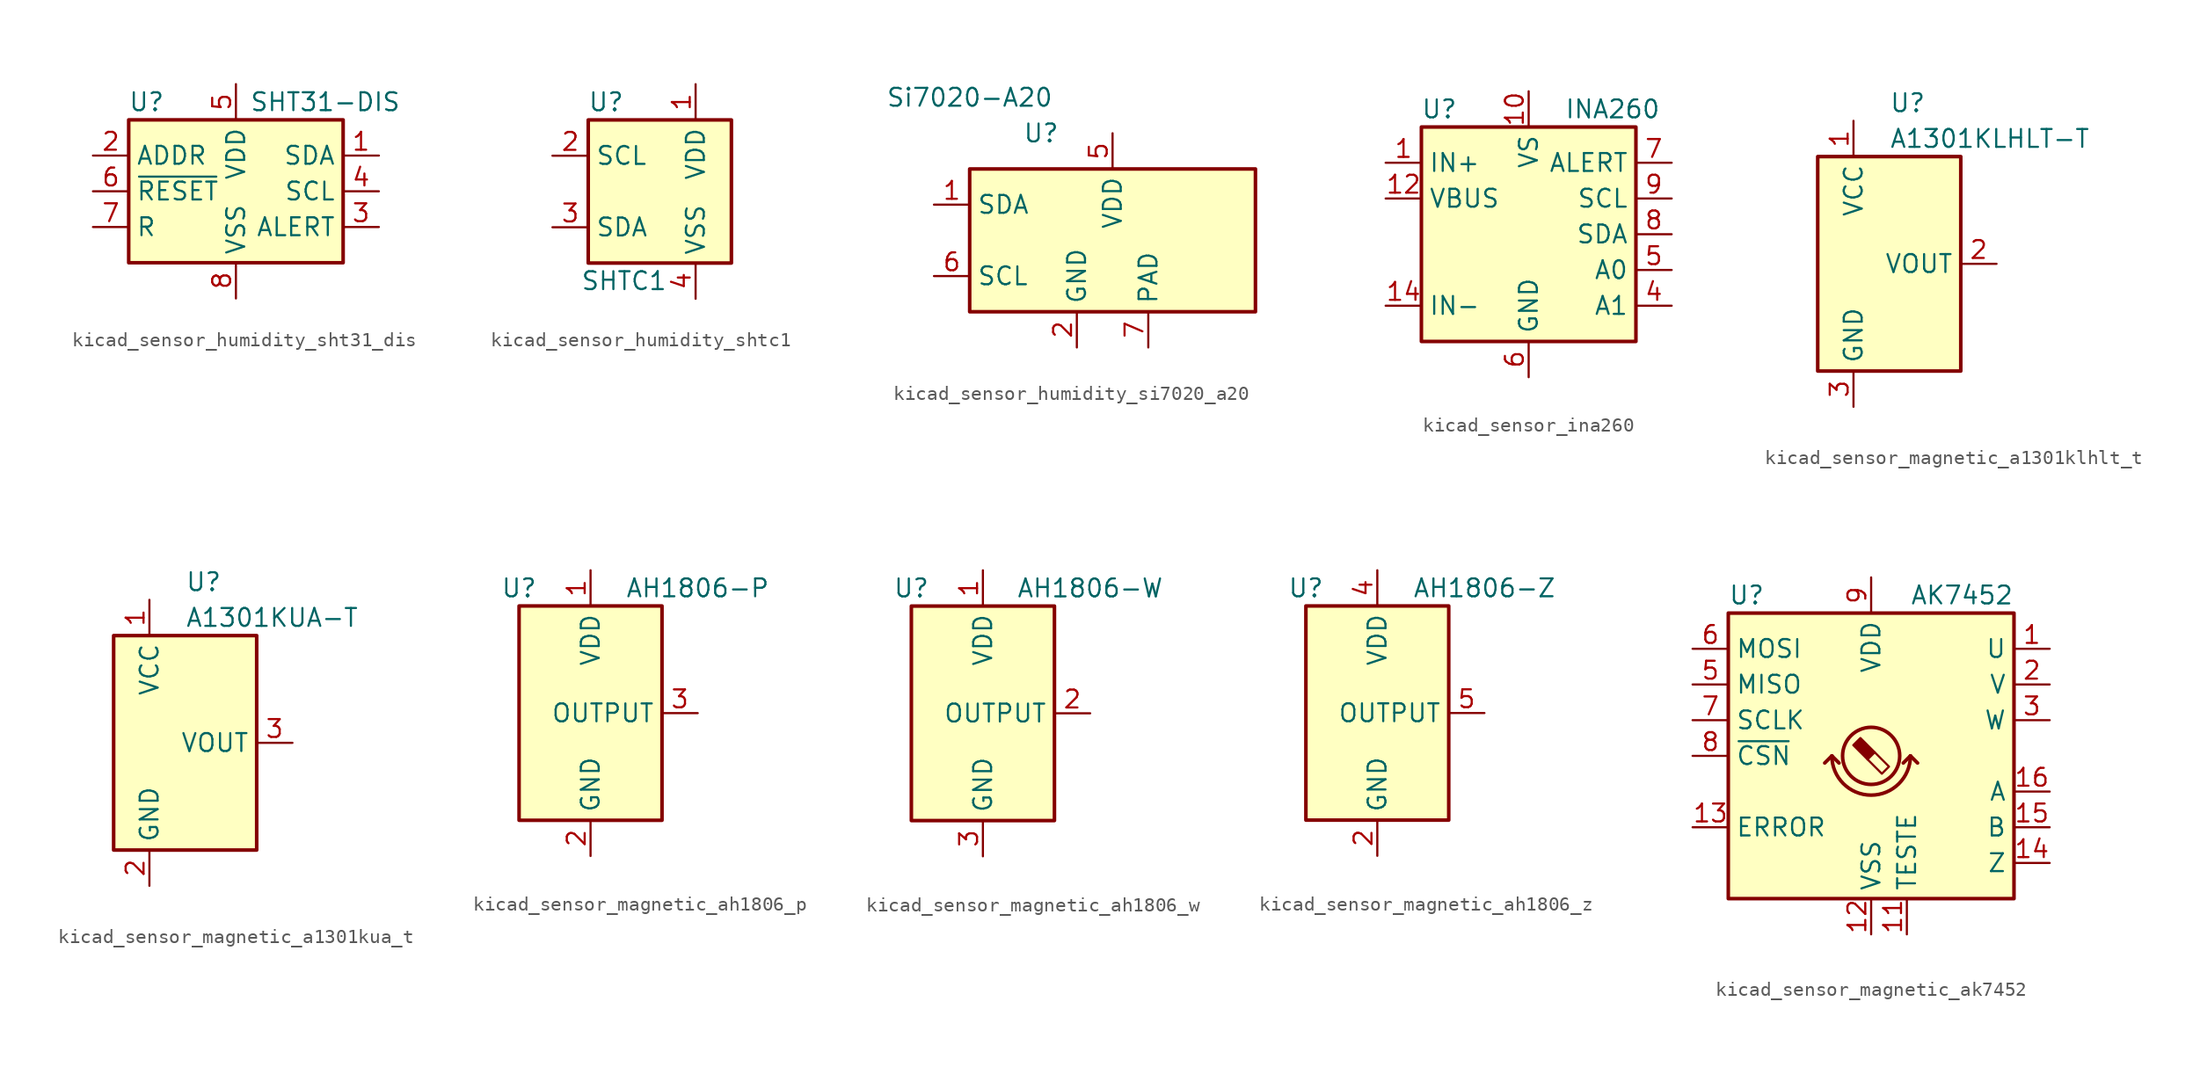
<source format=kicad_sym>
(kicad_symbol_lib
  (version 20220914)
  (generator kicad_symbol_editor)
  (symbol "kicad_sensor_humidity_sht31_dis"
    (property "Reference" "U"
      (at -6.35 6.35 0)
      (effects (font (size 1.27 1.27))))
    (property "Value" "SHT31-DIS"
      (at 6.35 6.35 0)
      (effects (font (size 1.27 1.27))))
    (symbol "kicad_sensor_humidity_sht31_dis_0_1"
      (rectangle (start -7.62 5.08) (end 7.62 -5.08) (stroke (width 0.254) (type default)) (fill (type background))))
    (symbol "kicad_sensor_humidity_sht31_dis_1_1"
      (pin bidirectional line (at 10.16 2.54 180) (length 2.54) (name "SDA" (effects (font (size 1.27 1.27)))) (number "1" (effects (font (size 1.27 1.27)))))
      (pin input line (at -10.16 2.54 0) (length 2.54) (name "ADDR" (effects (font (size 1.27 1.27)))) (number "2" (effects (font (size 1.27 1.27)))))
      (pin output line (at 10.16 -2.54 180) (length 2.54) (name "ALERT" (effects (font (size 1.27 1.27)))) (number "3" (effects (font (size 1.27 1.27)))))
      (pin input line (at 10.16 0 180) (length 2.54) (name "SCL" (effects (font (size 1.27 1.27)))) (number "4" (effects (font (size 1.27 1.27)))))
      (pin power_in line (at 0 7.62 270) (length 2.54) (name "VDD" (effects (font (size 1.27 1.27)))) (number "5" (effects (font (size 1.27 1.27)))))
      (pin input line (at -10.16 0 0) (length 2.54) (name "~{RESET}" (effects (font (size 1.27 1.27)))) (number "6" (effects (font (size 1.27 1.27)))))
      (pin passive line (at -10.16 -2.54 0) (length 2.54) (name "R" (effects (font (size 1.27 1.27)))) (number "7" (effects (font (size 1.27 1.27)))))
      (pin power_in line (at 0 -7.62 90) (length 2.54) (name "VSS" (effects (font (size 1.27 1.27)))) (number "8" (effects (font (size 1.27 1.27)))))
      (pin passive line (at 0 -7.62 90) (length 2.54) hide (name "VSS" (effects (font (size 1.27 1.27)))) (number "9" (effects (font (size 1.27 1.27)))))))
  (symbol "kicad_sensor_humidity_shtc1"
    (property "Reference" "U"
      (at -3.81 6.35 0)
      (effects (font (size 1.27 1.27))))
    (property "Value" "SHTC1"
      (at -2.54 -6.35 0)
      (effects (font (size 1.27 1.27))))
    (symbol "kicad_sensor_humidity_shtc1_1_1"
      (rectangle (start -5.08 5.08) (end 5.08 -5.08) (stroke (width 0.254) (type default)) (fill (type background)))
      (pin power_in line (at 2.54 7.62 270) (length 2.54) (name "VDD" (effects (font (size 1.27 1.27)))) (number "1" (effects (font (size 1.27 1.27)))))
      (pin input line (at -7.62 2.54 0) (length 2.54) (name "SCL" (effects (font (size 1.27 1.27)))) (number "2" (effects (font (size 1.27 1.27)))))
      (pin bidirectional line (at -7.62 -2.54 0) (length 2.54) (name "SDA" (effects (font (size 1.27 1.27)))) (number "3" (effects (font (size 1.27 1.27)))))
      (pin power_in line (at 2.54 -7.62 90) (length 2.54) (name "VSS" (effects (font (size 1.27 1.27)))) (number "4" (effects (font (size 1.27 1.27)))))
      (pin no_connect line (at 5.08 0 180) (length 2.54) hide (name "NC" (effects (font (size 1.27 1.27)))) (number "5" (effects (font (size 1.27 1.27)))))))
  (symbol "kicad_sensor_humidity_si7020_a20"
    (property "Reference" "U"
      (at -5.08 7.62 0)
      (effects (font (size 1.27 1.27))))
    (property "Value" "Si7020-A20"
      (at -10.16 10.16 0)
      (effects (font (size 1.27 1.27))))
    (symbol "kicad_sensor_humidity_si7020_a20_0_1"
      (rectangle (start -10.16 5.08) (end 10.16 -5.08) (stroke (width 0.254) (type default)) (fill (type background))))
    (symbol "kicad_sensor_humidity_si7020_a20_1_1"
      (pin bidirectional line (at -12.7 2.54 0) (length 2.54) (name "SDA" (effects (font (size 1.27 1.27)))) (number "1" (effects (font (size 1.27 1.27)))))
      (pin power_in line (at -2.54 -7.62 90) (length 2.54) (name "GND" (effects (font (size 1.27 1.27)))) (number "2" (effects (font (size 1.27 1.27)))))
      (pin no_connect line (at 10.16 2.54 180) (length 2.54) hide (name "NC" (effects (font (size 1.27 1.27)))) (number "3" (effects (font (size 1.27 1.27)))))
      (pin no_connect line (at 10.16 -2.54 180) (length 2.54) hide (name "NC" (effects (font (size 1.27 1.27)))) (number "4" (effects (font (size 1.27 1.27)))))
      (pin power_in line (at 0 7.62 270) (length 2.54) (name "VDD" (effects (font (size 1.27 1.27)))) (number "5" (effects (font (size 1.27 1.27)))))
      (pin input line (at -12.7 -2.54 0) (length 2.54) (name "SCL" (effects (font (size 1.27 1.27)))) (number "6" (effects (font (size 1.27 1.27)))))
      (pin passive line (at 2.54 -7.62 90) (length 2.54) (name "PAD" (effects (font (size 1.27 1.27)))) (number "7" (effects (font (size 1.27 1.27)))))))
  (symbol "kicad_sensor_ina260"
    (property "Reference" "U"
      (at -6.35 8.89 0)
      (effects (font (size 1.27 1.27))))
    (property "Value" "INA260"
      (at 2.54 8.89 0)
      (effects (font (size 1.27 1.27)) (justify left)))
    (symbol "kicad_sensor_ina260_0_1"
      (rectangle (start -7.62 7.62) (end 7.62 -7.62) (stroke (width 0.254) (type default)) (fill (type background))))
    (symbol "kicad_sensor_ina260_1_1"
      (pin passive line (at -10.16 5.08 0) (length 2.54) (name "IN+" (effects (font (size 1.27 1.27)))) (number "1" (effects (font (size 1.27 1.27)))))
      (pin power_in line (at 0 10.16 270) (length 2.54) (name "VS" (effects (font (size 1.27 1.27)))) (number "10" (effects (font (size 1.27 1.27)))))
      (pin passive line (at 0 -10.16 90) (length 2.54) hide (name "GND" (effects (font (size 1.27 1.27)))) (number "11" (effects (font (size 1.27 1.27)))))
      (pin passive line (at -10.16 2.54 0) (length 2.54) (name "VBUS" (effects (font (size 1.27 1.27)))) (number "12" (effects (font (size 1.27 1.27)))))
      (pin no_connect line (at 2.54 -7.62 90) (length 2.54) hide (name "NC" (effects (font (size 1.27 1.27)))) (number "13" (effects (font (size 1.27 1.27)))))
      (pin passive line (at -10.16 -5.08 0) (length 2.54) (name "IN-" (effects (font (size 1.27 1.27)))) (number "14" (effects (font (size 1.27 1.27)))))
      (pin passive line (at -10.16 -5.08 0) (length 2.54) hide (name "IN-" (effects (font (size 1.27 1.27)))) (number "15" (effects (font (size 1.27 1.27)))))
      (pin passive line (at -10.16 -5.08 0) (length 2.54) hide (name "IN-" (effects (font (size 1.27 1.27)))) (number "16" (effects (font (size 1.27 1.27)))))
      (pin passive line (at -10.16 5.08 0) (length 2.54) hide (name "IN+" (effects (font (size 1.27 1.27)))) (number "2" (effects (font (size 1.27 1.27)))))
      (pin passive line (at -10.16 5.08 0) (length 2.54) hide (name "IN+" (effects (font (size 1.27 1.27)))) (number "3" (effects (font (size 1.27 1.27)))))
      (pin input line (at 10.16 -5.08 180) (length 2.54) (name "A1" (effects (font (size 1.27 1.27)))) (number "4" (effects (font (size 1.27 1.27)))))
      (pin input line (at 10.16 -2.54 180) (length 2.54) (name "A0" (effects (font (size 1.27 1.27)))) (number "5" (effects (font (size 1.27 1.27)))))
      (pin power_in line (at 0 -10.16 90) (length 2.54) (name "GND" (effects (font (size 1.27 1.27)))) (number "6" (effects (font (size 1.27 1.27)))))
      (pin open_collector line (at 10.16 5.08 180) (length 2.54) (name "ALERT" (effects (font (size 1.27 1.27)))) (number "7" (effects (font (size 1.27 1.27)))))
      (pin bidirectional line (at 10.16 0 180) (length 2.54) (name "SDA" (effects (font (size 1.27 1.27)))) (number "8" (effects (font (size 1.27 1.27)))))
      (pin input line (at 10.16 2.54 180) (length 2.54) (name "SCL" (effects (font (size 1.27 1.27)))) (number "9" (effects (font (size 1.27 1.27)))))))
  (symbol "kicad_sensor_magnetic_a1301klhlt_t"
    (property "Reference" "U"
      (at 0 11.43 0)
      (effects (font (size 1.27 1.27)) (justify left)))
    (property "Value" "A1301KLHLT-T"
      (at 0 8.89 0)
      (effects (font (size 1.27 1.27)) (justify left)))
    (symbol "kicad_sensor_magnetic_a1301klhlt_t_0_1"
      (rectangle (start -5.08 7.62) (end 5.08 -7.62) (stroke (width 0.254) (type default)) (fill (type background))))
    (symbol "kicad_sensor_magnetic_a1301klhlt_t_1_1"
      (pin power_in line (at -2.54 10.16 270) (length 2.54) (name "VCC" (effects (font (size 1.27 1.27)))) (number "1" (effects (font (size 1.27 1.27)))))
      (pin output line (at 7.62 0 180) (length 2.54) (name "VOUT" (effects (font (size 1.27 1.27)))) (number "2" (effects (font (size 1.27 1.27)))))
      (pin power_in line (at -2.54 -10.16 90) (length 2.54) (name "GND" (effects (font (size 1.27 1.27)))) (number "3" (effects (font (size 1.27 1.27)))))))
  (symbol "kicad_sensor_magnetic_a1301kua_t"
    (property "Reference" "U"
      (at 0 11.43 0)
      (effects (font (size 1.27 1.27)) (justify left)))
    (property "Value" "A1301KUA-T"
      (at 0 8.89 0)
      (effects (font (size 1.27 1.27)) (justify left)))
    (symbol "kicad_sensor_magnetic_a1301kua_t_0_1"
      (rectangle (start -5.08 7.62) (end 5.08 -7.62) (stroke (width 0.254) (type default)) (fill (type background))))
    (symbol "kicad_sensor_magnetic_a1301kua_t_1_1"
      (pin power_in line (at -2.54 10.16 270) (length 2.54) (name "VCC" (effects (font (size 1.27 1.27)))) (number "1" (effects (font (size 1.27 1.27)))))
      (pin power_in line (at -2.54 -10.16 90) (length 2.54) (name "GND" (effects (font (size 1.27 1.27)))) (number "2" (effects (font (size 1.27 1.27)))))
      (pin output line (at 7.62 0 180) (length 2.54) (name "VOUT" (effects (font (size 1.27 1.27)))) (number "3" (effects (font (size 1.27 1.27)))))))
  (symbol "kicad_sensor_magnetic_ah1806_p"
    (property "Reference" "U"
      (at -5.08 8.89 0)
      (effects (font (size 1.27 1.27))))
    (property "Value" "AH1806-P"
      (at 7.62 8.89 0)
      (effects (font (size 1.27 1.27))))
    (symbol "kicad_sensor_magnetic_ah1806_p_0_1"
      (rectangle (start 5.08 7.62) (end -5.08 -7.62) (stroke (width 0.254) (type default)) (fill (type background))))
    (symbol "kicad_sensor_magnetic_ah1806_p_1_1"
      (pin power_in line (at 0 10.16 270) (length 2.54) (name "VDD" (effects (font (size 1.27 1.27)))) (number "1" (effects (font (size 1.27 1.27)))))
      (pin power_in line (at 0 -10.16 90) (length 2.54) (name "GND" (effects (font (size 1.27 1.27)))) (number "2" (effects (font (size 1.27 1.27)))))
      (pin open_collector line (at 7.62 0 180) (length 2.54) (name "OUTPUT" (effects (font (size 1.27 1.27)))) (number "3" (effects (font (size 1.27 1.27)))))))
  (symbol "kicad_sensor_magnetic_ah1806_w"
    (property "Reference" "U"
      (at -5.08 8.89 0)
      (effects (font (size 1.27 1.27))))
    (property "Value" "AH1806-W"
      (at 7.62 8.89 0)
      (effects (font (size 1.27 1.27))))
    (symbol "kicad_sensor_magnetic_ah1806_w_0_1"
      (rectangle (start 5.08 7.62) (end -5.08 -7.62) (stroke (width 0.254) (type default)) (fill (type background))))
    (symbol "kicad_sensor_magnetic_ah1806_w_1_1"
      (pin power_in line (at 0 10.16 270) (length 2.54) (name "VDD" (effects (font (size 1.27 1.27)))) (number "1" (effects (font (size 1.27 1.27)))))
      (pin open_collector line (at 7.62 0 180) (length 2.54) (name "OUTPUT" (effects (font (size 1.27 1.27)))) (number "2" (effects (font (size 1.27 1.27)))))
      (pin power_in line (at 0 -10.16 90) (length 2.54) (name "GND" (effects (font (size 1.27 1.27)))) (number "3" (effects (font (size 1.27 1.27)))))))
  (symbol "kicad_sensor_magnetic_ah1806_z"
    (property "Reference" "U"
      (at -5.08 8.89 0)
      (effects (font (size 1.27 1.27))))
    (property "Value" "AH1806-Z"
      (at 7.62 8.89 0)
      (effects (font (size 1.27 1.27))))
    (symbol "kicad_sensor_magnetic_ah1806_z_0_1"
      (rectangle (start 5.08 7.62) (end -5.08 -7.62) (stroke (width 0.254) (type default)) (fill (type background))))
    (symbol "kicad_sensor_magnetic_ah1806_z_1_1"
      (pin no_connect line (at 5.08 2.54 180) (length 2.54) hide (name "NC" (effects (font (size 1.27 1.27)))) (number "1" (effects (font (size 1.27 1.27)))))
      (pin power_in line (at 0 -10.16 90) (length 2.54) (name "GND" (effects (font (size 1.27 1.27)))) (number "2" (effects (font (size 1.27 1.27)))))
      (pin no_connect line (at 5.08 -2.54 180) (length 2.54) hide (name "NC" (effects (font (size 1.27 1.27)))) (number "3" (effects (font (size 1.27 1.27)))))
      (pin power_in line (at 0 10.16 270) (length 2.54) (name "VDD" (effects (font (size 1.27 1.27)))) (number "4" (effects (font (size 1.27 1.27)))))
      (pin open_collector line (at 7.62 0 180) (length 2.54) (name "OUTPUT" (effects (font (size 1.27 1.27)))) (number "5" (effects (font (size 1.27 1.27)))))))
  (symbol "kicad_sensor_magnetic_ak7452"
    (property "Reference" "U"
      (at -10.16 11.43 0)
      (effects (font (size 1.27 1.27)) (justify left)))
    (property "Value" "AK7452"
      (at 10.16 11.43 0)
      (effects (font (size 1.27 1.27)) (justify right)))
    (symbol "kicad_sensor_magnetic_ak7452_0_1"
      (rectangle (start -10.16 10.16) (end 10.16 -10.16) (stroke (width 0.254) (type default)) (fill (type background)))
      (arc (start -2.794 0) (mid 0 -2.7819) (end 2.794 0) (stroke (width 0.254) (type default)) (fill (type none)))
      (polyline (pts (xy -2.794 0) (xy -3.302 -0.508)) (stroke (width 0.254) (type default)) (fill (type none)))
      (polyline (pts (xy -2.794 0) (xy -2.286 -0.508)) (stroke (width 0.254) (type default)) (fill (type none)))
      (polyline (pts (xy 2.794 0) (xy 2.286 -0.508)) (stroke (width 0.254) (type default)) (fill (type none)))
      (polyline (pts (xy 2.794 0) (xy 3.302 -0.508)) (stroke (width 0.254) (type default)) (fill (type none))))
    (symbol "kicad_sensor_magnetic_ak7452_1_1"
      (polyline (pts (xy 0.254 0.254) (xy 1.27 -0.762) (xy 0.762 -1.27) (xy -0.254 -0.254)) (stroke (width 0) (type default)) (fill (type none)))
      (polyline (pts (xy -0.762 1.27) (xy 0.254 0.254) (xy -0.254 -0.254) (xy -1.27 0.762) (xy -1.016 1.016) (xy -0.762 1.27) (xy -0.635 1.143)) (stroke (width 0) (type default)) (fill (type outline)))
      (circle (center 0 0) (radius 2.032) (stroke (width 0.254) (type default)) (fill (type none)))
      (pin output line (at 12.7 7.62 180) (length 2.54) (name "U" (effects (font (size 1.27 1.27)))) (number "1" (effects (font (size 1.27 1.27)))))
      (pin no_connect line (at 7.62 -10.16 90) (length 2.54) hide (name "NC" (effects (font (size 1.27 1.27)))) (number "10" (effects (font (size 1.27 1.27)))))
      (pin passive line (at 2.54 -12.7 90) (length 2.54) (name "TESTE" (effects (font (size 1.27 1.27)))) (number "11" (effects (font (size 1.27 1.27)))))
      (pin power_in line (at 0 -12.7 90) (length 2.54) (name "VSS" (effects (font (size 1.27 1.27)))) (number "12" (effects (font (size 1.27 1.27)))))
      (pin output line (at -12.7 -5.08 0) (length 2.54) (name "ERROR" (effects (font (size 1.27 1.27)))) (number "13" (effects (font (size 1.27 1.27)))))
      (pin output line (at 12.7 -7.62 180) (length 2.54) (name "Z" (effects (font (size 1.27 1.27)))) (number "14" (effects (font (size 1.27 1.27)))))
      (pin output line (at 12.7 -5.08 180) (length 2.54) (name "B" (effects (font (size 1.27 1.27)))) (number "15" (effects (font (size 1.27 1.27)))))
      (pin output line (at 12.7 -2.54 180) (length 2.54) (name "A" (effects (font (size 1.27 1.27)))) (number "16" (effects (font (size 1.27 1.27)))))
      (pin output line (at 12.7 5.08 180) (length 2.54) (name "V" (effects (font (size 1.27 1.27)))) (number "2" (effects (font (size 1.27 1.27)))))
      (pin output line (at 12.7 2.54 180) (length 2.54) (name "W" (effects (font (size 1.27 1.27)))) (number "3" (effects (font (size 1.27 1.27)))))
      (pin no_connect line (at 5.08 -10.16 90) (length 2.54) hide (name "NC" (effects (font (size 1.27 1.27)))) (number "4" (effects (font (size 1.27 1.27)))))
      (pin output line (at -12.7 5.08 0) (length 2.54) (name "MISO" (effects (font (size 1.27 1.27)))) (number "5" (effects (font (size 1.27 1.27)))))
      (pin input line (at -12.7 7.62 0) (length 2.54) (name "MOSI" (effects (font (size 1.27 1.27)))) (number "6" (effects (font (size 1.27 1.27)))))
      (pin input line (at -12.7 2.54 0) (length 2.54) (name "SCLK" (effects (font (size 1.27 1.27)))) (number "7" (effects (font (size 1.27 1.27)))))
      (pin input line (at -12.7 0 0) (length 2.54) (name "~{CSN}" (effects (font (size 1.27 1.27)))) (number "8" (effects (font (size 1.27 1.27)))))
      (pin power_in line (at 0 12.7 270) (length 2.54) (name "VDD" (effects (font (size 1.27 1.27)))) (number "9" (effects (font (size 1.27 1.27))))))))
</source>
